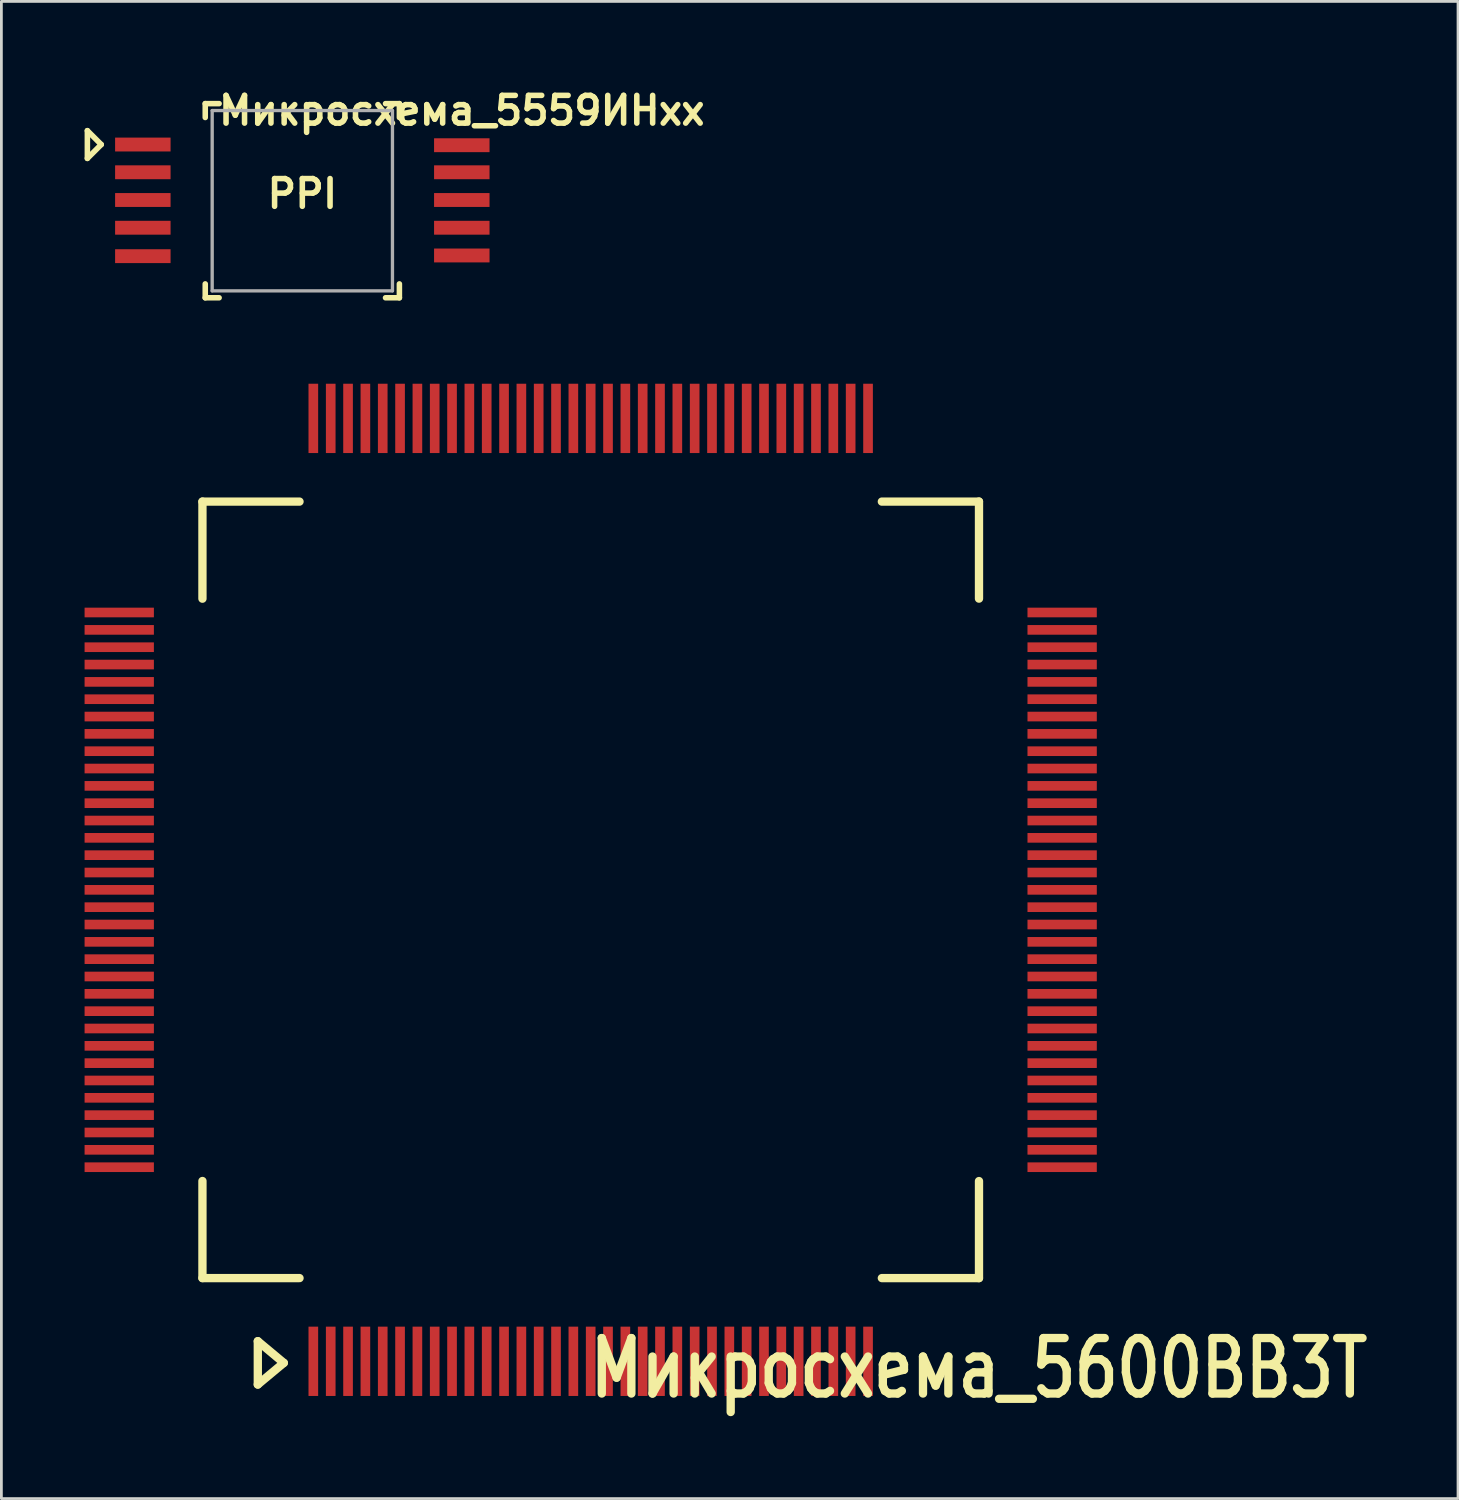
<source format=kicad_pcb>
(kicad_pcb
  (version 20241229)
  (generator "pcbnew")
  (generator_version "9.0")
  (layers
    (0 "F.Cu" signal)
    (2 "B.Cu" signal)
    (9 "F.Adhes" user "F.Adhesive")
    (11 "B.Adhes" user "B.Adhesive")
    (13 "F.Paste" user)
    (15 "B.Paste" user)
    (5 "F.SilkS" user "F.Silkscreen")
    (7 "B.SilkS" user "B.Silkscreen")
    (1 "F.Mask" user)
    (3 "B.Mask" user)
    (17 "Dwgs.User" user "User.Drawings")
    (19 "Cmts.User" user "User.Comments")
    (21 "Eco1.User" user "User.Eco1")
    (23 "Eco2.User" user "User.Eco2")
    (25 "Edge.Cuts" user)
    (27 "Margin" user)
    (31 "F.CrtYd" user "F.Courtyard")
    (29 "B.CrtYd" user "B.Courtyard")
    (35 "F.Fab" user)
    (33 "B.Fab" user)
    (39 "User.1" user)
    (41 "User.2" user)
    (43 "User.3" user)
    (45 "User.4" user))
  (footprint "Микросхема_5559ИНхх"
    (layer "F.Cu")
    (at 8.1 4.186)
    (property "Reference" "Микросхема_5559ИНхх" (at 5.5 -3.25 180) (layer "F.SilkS") (effects (font (size 1 1) (thickness 0.2))))
    (attr through_hole)
    (fp_line (start -8 -2.525) (end -8 -1.525) (stroke (width 0.2) (type solid)) (layer "F.SilkS"))
    (fp_line (start -7.5 -2.025) (end -8 -2.525) (stroke (width 0.2) (type solid)) (layer "F.SilkS"))
    (fp_line (start -7.5 -2.025) (end -8 -1.525) (stroke (width 0.2) (type solid)) (layer "F.SilkS"))
    (fp_line (start -3.75 -3.5) (end -3.25 -3.5) (stroke (width 0.2) (type solid)) (layer "F.SilkS"))
    (fp_line (start -3.75 -3) (end -3.75 -3.5) (stroke (width 0.2) (type solid)) (layer "F.SilkS"))
    (fp_line (start -3.75 3) (end -3.75 3.5) (stroke (width 0.2) (type solid)) (layer "F.SilkS"))
    (fp_line (start -3.75 3.5) (end -3.25 3.5) (stroke (width 0.2) (type solid)) (layer "F.SilkS"))
    (fp_line (start 2.75 -3.5) (end 3.25 -3.5) (stroke (width 0.2) (type solid)) (layer "F.SilkS"))
    (fp_line (start 3.25 -3.5) (end 3.25 -3) (stroke (width 0.2) (type solid)) (layer "F.SilkS"))
    (fp_line (start 3.25 3) (end 3.25 3.5) (stroke (width 0.2) (type solid)) (layer "F.SilkS"))
    (fp_line (start 3.25 3.5) (end 2.75 3.5) (stroke (width 0.2) (type solid)) (layer "F.SilkS"))
    (fp_line (start -3.5 -3.25) (end -3.5 3.25) (stroke (width 0.12) (type solid)) (layer "F.Fab"))
    (fp_line (start -3.5 3.25) (end 3 3.25) (stroke (width 0.12) (type solid)) (layer "F.Fab"))
    (fp_line (start 3 -3.25) (end -3.5 -3.25) (stroke (width 0.12) (type solid)) (layer "F.Fab"))
    (fp_line (start 3 3.25) (end 3 -3.25) (stroke (width 0.12) (type solid)) (layer "F.Fab"))
    (fp_text user "PPI" (at -0.25 -0.25 0) (layer "F.SilkS") (effects (font (size 1 1) (thickness 0.2))))
    (pad "" smd rect (at -6 -0.025) (size 2 0.5) (layers "F.Cu" "F.Mask" "F.Paste"))
    (pad "" smd rect (at 5.5 -0.025) (size 2 0.5) (layers "F.Cu" "F.Mask" "F.Paste"))
    (pad "1" smd rect (at -6 -2.025) (size 2 0.5) (layers "F.Cu" "F.Mask" "F.Paste"))
    (pad "2" smd rect (at -6 -1.025) (size 2 0.5) (layers "F.Cu" "F.Mask" "F.Paste"))
    (pad "3" smd rect (at -6 0.975) (size 2 0.5) (layers "F.Cu" "F.Mask" "F.Paste"))
    (pad "4" smd rect (at -6 2) (size 2 0.5) (layers "F.Cu" "F.Mask" "F.Paste"))
    (pad "5" smd rect (at 5.5 1.975) (size 2 0.5) (layers "F.Cu" "F.Mask" "F.Paste"))
    (pad "6" smd rect (at 5.5 0.975) (size 2 0.5) (layers "F.Cu" "F.Mask" "F.Paste"))
    (pad "7" smd rect (at 5.5 -1.025) (size 2 0.5) (layers "F.Cu" "F.Mask" "F.Paste"))
    (pad "8" smd rect (at 5.5 -2) (size 2 0.5) (layers "F.Cu" "F.Mask" "F.Paste")))
  (footprint "Микросхема_5600ВВ3Т"
    (layer "F.Cu")
    (at 18.247 29.033)
    (property "Reference" "Микросхема_5600ВВ3Т" (at 14 17.25 0) (layer "F.SilkS") (effects (font (size 2 1.6) (thickness 0.3))))
    (attr smd)
    (fp_line (start -13.998 -10.498) (end -13.998 -13.998) (stroke (width 0.3) (type solid)) (layer "F.SilkS"))
    (fp_line (start -13.998 13.998) (end -13.998 10.498) (stroke (width 0.3) (type solid)) (layer "F.SilkS"))
    (fp_line (start -13.998 13.998) (end -10.498 13.998) (stroke (width 0.3) (type solid)) (layer "F.SilkS"))
    (fp_line (start -12.002 16.273) (end -12.002 17.835) (stroke (width 0.099) (type solid)) (layer "F.SilkS"))
    (fp_line (start -12.002 16.273) (end -11.065 17.055) (stroke (width 0.099) (type solid)) (layer "F.SilkS"))
    (fp_line (start -12.002 16.273) (end -11.065 17.055) (stroke (width 0.3) (type solid)) (layer "F.SilkS"))
    (fp_line (start -12.002 17.835) (end -12.002 16.273) (stroke (width 0.3) (type solid)) (layer "F.SilkS"))
    (fp_line (start -11.065 17.055) (end -12.002 17.835) (stroke (width 0.099) (type solid)) (layer "F.SilkS"))
    (fp_line (start -11.065 17.055) (end -12.002 17.835) (stroke (width 0.3) (type solid)) (layer "F.SilkS"))
    (fp_line (start -10.498 -13.998) (end -13.998 -13.998) (stroke (width 0.3) (type solid)) (layer "F.SilkS"))
    (fp_line (start 10.498 13.998) (end 13.998 13.998) (stroke (width 0.3) (type solid)) (layer "F.SilkS"))
    (fp_line (start 13.998 -13.998) (end 10.498 -13.998) (stroke (width 0.3) (type solid)) (layer "F.SilkS"))
    (fp_line (start 14 -10.5) (end 14 -14) (stroke (width 0.3) (type solid)) (layer "F.SilkS"))
    (fp_line (start 14 14) (end 14 10.5) (stroke (width 0.3) (type solid)) (layer "F.SilkS"))
    (pad "1" smd rect (at -10 16.998) (size 0.348 2.499) (layers "F.Cu" "F.Mask" "F.Paste"))
    (pad "2" smd rect (at -9.373 16.998) (size 0.348 2.499) (layers "F.Cu" "F.Mask" "F.Paste"))
    (pad "3" smd rect (at -8.748 16.998) (size 0.348 2.499) (layers "F.Cu" "F.Mask" "F.Paste"))
    (pad "4" smd rect (at -8.123 16.998) (size 0.348 2.499) (layers "F.Cu" "F.Mask" "F.Paste"))
    (pad "5" smd rect (at -7.498 16.998) (size 0.348 2.499) (layers "F.Cu" "F.Mask" "F.Paste"))
    (pad "6" smd rect (at -6.873 16.998) (size 0.348 2.499) (layers "F.Cu" "F.Mask" "F.Paste"))
    (pad "7" smd rect (at -6.248 16.998) (size 0.348 2.499) (layers "F.Cu" "F.Mask" "F.Paste"))
    (pad "8" smd rect (at -5.624 16.998) (size 0.348 2.499) (layers "F.Cu" "F.Mask" "F.Paste"))
    (pad "9" smd rect (at -4.999 16.998) (size 0.348 2.499) (layers "F.Cu" "F.Mask" "F.Paste"))
    (pad "10" smd rect (at -4.374 16.998) (size 0.348 2.499) (layers "F.Cu" "F.Mask" "F.Paste"))
    (pad "11" smd rect (at -3.749 16.998) (size 0.348 2.499) (layers "F.Cu" "F.Mask" "F.Paste"))
    (pad "12" smd rect (at -3.124 16.998) (size 0.348 2.499) (layers "F.Cu" "F.Mask" "F.Paste"))
    (pad "13" smd rect (at -2.499 16.998) (size 0.348 2.499) (layers "F.Cu" "F.Mask" "F.Paste"))
    (pad "14" smd rect (at -1.875 16.998) (size 0.348 2.499) (layers "F.Cu" "F.Mask" "F.Paste"))
    (pad "15" smd rect (at -1.25 16.998) (size 0.348 2.499) (layers "F.Cu" "F.Mask" "F.Paste"))
    (pad "16" smd rect (at -0.625 16.998) (size 0.348 2.499) (layers "F.Cu" "F.Mask" "F.Paste"))
    (pad "17" smd rect (at 0 16.998) (size 0.348 2.499) (layers "F.Cu" "F.Mask" "F.Paste"))
    (pad "18" smd rect (at 0.625 16.998) (size 0.348 2.499) (layers "F.Cu" "F.Mask" "F.Paste"))
    (pad "19" smd rect (at 1.25 16.998) (size 0.348 2.499) (layers "F.Cu" "F.Mask" "F.Paste"))
    (pad "20" smd rect (at 1.875 16.998) (size 0.348 2.499) (layers "F.Cu" "F.Mask" "F.Paste"))
    (pad "21" smd rect (at 2.499 16.998) (size 0.348 2.499) (layers "F.Cu" "F.Mask" "F.Paste"))
    (pad "22" smd rect (at 3.124 16.998) (size 0.348 2.499) (layers "F.Cu" "F.Mask" "F.Paste"))
    (pad "23" smd rect (at 3.749 16.998) (size 0.348 2.499) (layers "F.Cu" "F.Mask" "F.Paste"))
    (pad "24" smd rect (at 4.374 16.998) (size 0.348 2.499) (layers "F.Cu" "F.Mask" "F.Paste"))
    (pad "25" smd rect (at 4.999 16.998) (size 0.348 2.499) (layers "F.Cu" "F.Mask" "F.Paste"))
    (pad "26" smd rect (at 5.624 16.998) (size 0.348 2.499) (layers "F.Cu" "F.Mask" "F.Paste"))
    (pad "27" smd rect (at 6.248 16.998) (size 0.348 2.499) (layers "F.Cu" "F.Mask" "F.Paste"))
    (pad "28" smd rect (at 6.873 16.998) (size 0.348 2.499) (layers "F.Cu" "F.Mask" "F.Paste"))
    (pad "29" smd rect (at 7.498 16.998) (size 0.348 2.499) (layers "F.Cu" "F.Mask" "F.Paste"))
    (pad "30" smd rect (at 8.123 16.998) (size 0.348 2.499) (layers "F.Cu" "F.Mask" "F.Paste"))
    (pad "31" smd rect (at 8.748 16.998) (size 0.348 2.499) (layers "F.Cu" "F.Mask" "F.Paste"))
    (pad "32" smd rect (at 9.373 16.998) (size 0.348 2.499) (layers "F.Cu" "F.Mask" "F.Paste"))
    (pad "33" smd rect (at 10 16.998) (size 0.348 2.499) (layers "F.Cu" "F.Mask" "F.Paste"))
    (pad "34" smd rect (at 16.998 10 90) (size 0.348 2.499) (layers "F.Cu" "F.Mask" "F.Paste"))
    (pad "35" smd rect (at 16.998 9.373 90) (size 0.348 2.499) (layers "F.Cu" "F.Mask" "F.Paste"))
    (pad "36" smd rect (at 16.998 8.748 90) (size 0.348 2.499) (layers "F.Cu" "F.Mask" "F.Paste"))
    (pad "37" smd rect (at 16.998 8.123 90) (size 0.348 2.499) (layers "F.Cu" "F.Mask" "F.Paste"))
    (pad "38" smd rect (at 16.998 7.498 90) (size 0.348 2.499) (layers "F.Cu" "F.Mask" "F.Paste"))
    (pad "39" smd rect (at 16.998 6.873 90) (size 0.348 2.499) (layers "F.Cu" "F.Mask" "F.Paste"))
    (pad "40" smd rect (at 16.998 6.248 90) (size 0.348 2.499) (layers "F.Cu" "F.Mask" "F.Paste"))
    (pad "41" smd rect (at 16.998 5.624 90) (size 0.348 2.499) (layers "F.Cu" "F.Mask" "F.Paste"))
    (pad "42" smd rect (at 16.998 4.999 90) (size 0.348 2.499) (layers "F.Cu" "F.Mask" "F.Paste"))
    (pad "43" smd rect (at 16.998 4.374 90) (size 0.348 2.499) (layers "F.Cu" "F.Mask" "F.Paste"))
    (pad "44" smd rect (at 16.998 3.749 90) (size 0.348 2.499) (layers "F.Cu" "F.Mask" "F.Paste"))
    (pad "45" smd rect (at 16.998 3.124 90) (size 0.348 2.499) (layers "F.Cu" "F.Mask" "F.Paste"))
    (pad "46" smd rect (at 16.998 2.499 90) (size 0.348 2.499) (layers "F.Cu" "F.Mask" "F.Paste"))
    (pad "47" smd rect (at 16.998 1.875 90) (size 0.348 2.499) (layers "F.Cu" "F.Mask" "F.Paste"))
    (pad "48" smd rect (at 16.998 1.25 90) (size 0.348 2.499) (layers "F.Cu" "F.Mask" "F.Paste"))
    (pad "49" smd rect (at 16.998 0.625 90) (size 0.348 2.499) (layers "F.Cu" "F.Mask" "F.Paste"))
    (pad "50" smd rect (at 16.998 0 90) (size 0.348 2.499) (layers "F.Cu" "F.Mask" "F.Paste"))
    (pad "51" smd rect (at 16.998 -0.625 90) (size 0.348 2.499) (layers "F.Cu" "F.Mask" "F.Paste"))
    (pad "52" smd rect (at 16.998 -1.25 90) (size 0.348 2.499) (layers "F.Cu" "F.Mask" "F.Paste"))
    (pad "53" smd rect (at 16.998 -1.875 90) (size 0.348 2.499) (layers "F.Cu" "F.Mask" "F.Paste"))
    (pad "54" smd rect (at 16.998 -2.499 90) (size 0.348 2.499) (layers "F.Cu" "F.Mask" "F.Paste"))
    (pad "55" smd rect (at 16.998 -3.124 90) (size 0.348 2.499) (layers "F.Cu" "F.Mask" "F.Paste"))
    (pad "56" smd rect (at 16.998 -3.749 90) (size 0.348 2.499) (layers "F.Cu" "F.Mask" "F.Paste"))
    (pad "57" smd rect (at 16.998 -4.374 90) (size 0.348 2.499) (layers "F.Cu" "F.Mask" "F.Paste"))
    (pad "58" smd rect (at 16.998 -4.999 90) (size 0.348 2.499) (layers "F.Cu" "F.Mask" "F.Paste"))
    (pad "59" smd rect (at 16.998 -5.624 90) (size 0.348 2.499) (layers "F.Cu" "F.Mask" "F.Paste"))
    (pad "60" smd rect (at 16.998 -6.248 90) (size 0.348 2.499) (layers "F.Cu" "F.Mask" "F.Paste"))
    (pad "61" smd rect (at 16.998 -6.873 90) (size 0.348 2.499) (layers "F.Cu" "F.Mask" "F.Paste"))
    (pad "62" smd rect (at 16.998 -7.498 90) (size 0.348 2.499) (layers "F.Cu" "F.Mask" "F.Paste"))
    (pad "63" smd rect (at 16.998 -8.123 90) (size 0.348 2.499) (layers "F.Cu" "F.Mask" "F.Paste"))
    (pad "64" smd rect (at 16.998 -8.748 90) (size 0.348 2.499) (layers "F.Cu" "F.Mask" "F.Paste"))
    (pad "65" smd rect (at 16.998 -9.373 90) (size 0.348 2.499) (layers "F.Cu" "F.Mask" "F.Paste"))
    (pad "66" smd rect (at 16.998 -10 90) (size 0.348 2.499) (layers "F.Cu" "F.Mask" "F.Paste"))
    (pad "67" smd rect (at 10 -16.998 180) (size 0.348 2.499) (layers "F.Cu" "F.Mask" "F.Paste"))
    (pad "68" smd rect (at 9.373 -16.998 180) (size 0.348 2.499) (layers "F.Cu" "F.Mask" "F.Paste"))
    (pad "69" smd rect (at 8.748 -16.998 180) (size 0.348 2.499) (layers "F.Cu" "F.Mask" "F.Paste"))
    (pad "70" smd rect (at 8.123 -16.998 180) (size 0.348 2.499) (layers "F.Cu" "F.Mask" "F.Paste"))
    (pad "71" smd rect (at 7.498 -16.998 180) (size 0.348 2.499) (layers "F.Cu" "F.Mask" "F.Paste"))
    (pad "72" smd rect (at 6.873 -16.998 180) (size 0.348 2.499) (layers "F.Cu" "F.Mask" "F.Paste"))
    (pad "73" smd rect (at 6.248 -16.998 180) (size 0.348 2.499) (layers "F.Cu" "F.Mask" "F.Paste"))
    (pad "74" smd rect (at 5.624 -16.998 180) (size 0.348 2.499) (layers "F.Cu" "F.Mask" "F.Paste"))
    (pad "75" smd rect (at 4.999 -16.998 180) (size 0.348 2.499) (layers "F.Cu" "F.Mask" "F.Paste"))
    (pad "76" smd rect (at 4.374 -16.998 180) (size 0.348 2.499) (layers "F.Cu" "F.Mask" "F.Paste"))
    (pad "77" smd rect (at 3.749 -16.998 180) (size 0.348 2.499) (layers "F.Cu" "F.Mask" "F.Paste"))
    (pad "78" smd rect (at 3.124 -16.998 180) (size 0.348 2.499) (layers "F.Cu" "F.Mask" "F.Paste"))
    (pad "79" smd rect (at 2.499 -16.998 180) (size 0.348 2.499) (layers "F.Cu" "F.Mask" "F.Paste"))
    (pad "80" smd rect (at 1.875 -16.998 180) (size 0.348 2.499) (layers "F.Cu" "F.Mask" "F.Paste"))
    (pad "81" smd rect (at 1.25 -16.998 180) (size 0.348 2.499) (layers "F.Cu" "F.Mask" "F.Paste"))
    (pad "82" smd rect (at 0.625 -16.998 180) (size 0.348 2.499) (layers "F.Cu" "F.Mask" "F.Paste"))
    (pad "83" smd rect (at 0 -16.998 180) (size 0.348 2.499) (layers "F.Cu" "F.Mask" "F.Paste"))
    (pad "84" smd rect (at -0.625 -16.998 180) (size 0.348 2.499) (layers "F.Cu" "F.Mask" "F.Paste"))
    (pad "85" smd rect (at -1.25 -16.998 180) (size 0.348 2.499) (layers "F.Cu" "F.Mask" "F.Paste"))
    (pad "86" smd rect (at -1.875 -16.998 180) (size 0.348 2.499) (layers "F.Cu" "F.Mask" "F.Paste"))
    (pad "87" smd rect (at -2.499 -16.998 180) (size 0.348 2.499) (layers "F.Cu" "F.Mask" "F.Paste"))
    (pad "88" smd rect (at -3.124 -16.998 180) (size 0.348 2.499) (layers "F.Cu" "F.Mask" "F.Paste"))
    (pad "89" smd rect (at -3.749 -16.998 180) (size 0.348 2.499) (layers "F.Cu" "F.Mask" "F.Paste"))
    (pad "90" smd rect (at -4.374 -16.998 180) (size 0.348 2.499) (layers "F.Cu" "F.Mask" "F.Paste"))
    (pad "91" smd rect (at -4.999 -16.998 180) (size 0.348 2.499) (layers "F.Cu" "F.Mask" "F.Paste"))
    (pad "92" smd rect (at -5.624 -16.998 180) (size 0.348 2.499) (layers "F.Cu" "F.Mask" "F.Paste"))
    (pad "93" smd rect (at -6.248 -16.998 180) (size 0.348 2.499) (layers "F.Cu" "F.Mask" "F.Paste"))
    (pad "94" smd rect (at -6.873 -16.998 180) (size 0.348 2.499) (layers "F.Cu" "F.Mask" "F.Paste"))
    (pad "95" smd rect (at -7.498 -16.998 180) (size 0.348 2.499) (layers "F.Cu" "F.Mask" "F.Paste"))
    (pad "96" smd rect (at -8.123 -16.998 180) (size 0.348 2.499) (layers "F.Cu" "F.Mask" "F.Paste"))
    (pad "97" smd rect (at -8.748 -16.998 180) (size 0.348 2.499) (layers "F.Cu" "F.Mask" "F.Paste"))
    (pad "98" smd rect (at -9.373 -16.998 180) (size 0.348 2.499) (layers "F.Cu" "F.Mask" "F.Paste"))
    (pad "99" smd rect (at -10 -16.998 180) (size 0.348 2.499) (layers "F.Cu" "F.Mask" "F.Paste"))
    (pad "100" smd rect (at -16.998 -10 270) (size 0.348 2.499) (layers "F.Cu" "F.Mask" "F.Paste"))
    (pad "101" smd rect (at -16.998 -9.373 270) (size 0.348 2.499) (layers "F.Cu" "F.Mask" "F.Paste"))
    (pad "102" smd rect (at -16.998 -8.748 270) (size 0.348 2.499) (layers "F.Cu" "F.Mask" "F.Paste"))
    (pad "103" smd rect (at -16.998 -8.123 270) (size 0.348 2.499) (layers "F.Cu" "F.Mask" "F.Paste"))
    (pad "104" smd rect (at -16.998 -7.498 270) (size 0.348 2.499) (layers "F.Cu" "F.Mask" "F.Paste"))
    (pad "105" smd rect (at -16.998 -6.873 270) (size 0.348 2.499) (layers "F.Cu" "F.Mask" "F.Paste"))
    (pad "106" smd rect (at -16.998 -6.248 270) (size 0.348 2.499) (layers "F.Cu" "F.Mask" "F.Paste"))
    (pad "107" smd rect (at -16.998 -5.624 270) (size 0.348 2.499) (layers "F.Cu" "F.Mask" "F.Paste"))
    (pad "108" smd rect (at -16.998 -4.999 270) (size 0.348 2.499) (layers "F.Cu" "F.Mask" "F.Paste"))
    (pad "109" smd rect (at -16.998 -4.374 270) (size 0.348 2.499) (layers "F.Cu" "F.Mask" "F.Paste"))
    (pad "110" smd rect (at -16.998 -3.749 270) (size 0.348 2.499) (layers "F.Cu" "F.Mask" "F.Paste"))
    (pad "111" smd rect (at -16.998 -3.124 270) (size 0.348 2.499) (layers "F.Cu" "F.Mask" "F.Paste"))
    (pad "112" smd rect (at -16.998 -2.499 270) (size 0.348 2.499) (layers "F.Cu" "F.Mask" "F.Paste"))
    (pad "113" smd rect (at -16.998 -1.875 270) (size 0.348 2.499) (layers "F.Cu" "F.Mask" "F.Paste"))
    (pad "114" smd rect (at -16.998 -1.25 270) (size 0.348 2.499) (layers "F.Cu" "F.Mask" "F.Paste"))
    (pad "115" smd rect (at -16.998 -0.625 270) (size 0.348 2.499) (layers "F.Cu" "F.Mask" "F.Paste"))
    (pad "116" smd rect (at -16.998 0 270) (size 0.348 2.499) (layers "F.Cu" "F.Mask" "F.Paste"))
    (pad "117" smd rect (at -16.998 0.625 270) (size 0.348 2.499) (layers "F.Cu" "F.Mask" "F.Paste"))
    (pad "118" smd rect (at -16.998 1.25 270) (size 0.348 2.499) (layers "F.Cu" "F.Mask" "F.Paste"))
    (pad "119" smd rect (at -16.998 1.875 270) (size 0.348 2.499) (layers "F.Cu" "F.Mask" "F.Paste"))
    (pad "120" smd rect (at -16.998 2.499 270) (size 0.348 2.499) (layers "F.Cu" "F.Mask" "F.Paste"))
    (pad "121" smd rect (at -16.998 3.124 270) (size 0.348 2.499) (layers "F.Cu" "F.Mask" "F.Paste"))
    (pad "122" smd rect (at -16.998 3.749 270) (size 0.348 2.499) (layers "F.Cu" "F.Mask" "F.Paste"))
    (pad "123" smd rect (at -16.998 4.374 270) (size 0.348 2.499) (layers "F.Cu" "F.Mask" "F.Paste"))
    (pad "124" smd rect (at -16.998 4.999 270) (size 0.348 2.499) (layers "F.Cu" "F.Mask" "F.Paste"))
    (pad "125" smd rect (at -16.998 5.624 270) (size 0.348 2.499) (layers "F.Cu" "F.Mask" "F.Paste"))
    (pad "126" smd rect (at -16.998 6.248 270) (size 0.348 2.499) (layers "F.Cu" "F.Mask" "F.Paste"))
    (pad "127" smd rect (at -16.998 6.873 270) (size 0.348 2.499) (layers "F.Cu" "F.Mask" "F.Paste"))
    (pad "128" smd rect (at -16.998 7.498 270) (size 0.348 2.499) (layers "F.Cu" "F.Mask" "F.Paste"))
    (pad "129" smd rect (at -16.998 8.123 270) (size 0.348 2.499) (layers "F.Cu" "F.Mask" "F.Paste"))
    (pad "130" smd rect (at -16.998 8.748 270) (size 0.348 2.499) (layers "F.Cu" "F.Mask" "F.Paste"))
    (pad "131" smd rect (at -16.998 9.373 270) (size 0.348 2.499) (layers "F.Cu" "F.Mask" "F.Paste"))
    (pad "132" smd rect (at -16.998 10 270) (size 0.348 2.499) (layers "F.Cu" "F.Mask" "F.Paste")))
  (gr_rect
    (start -3 -3)
    (end 49.518 50.98)
    (stroke (width 0.1) (type default))
    (fill no)
    (layer "Edge.Cuts")))
</source>
